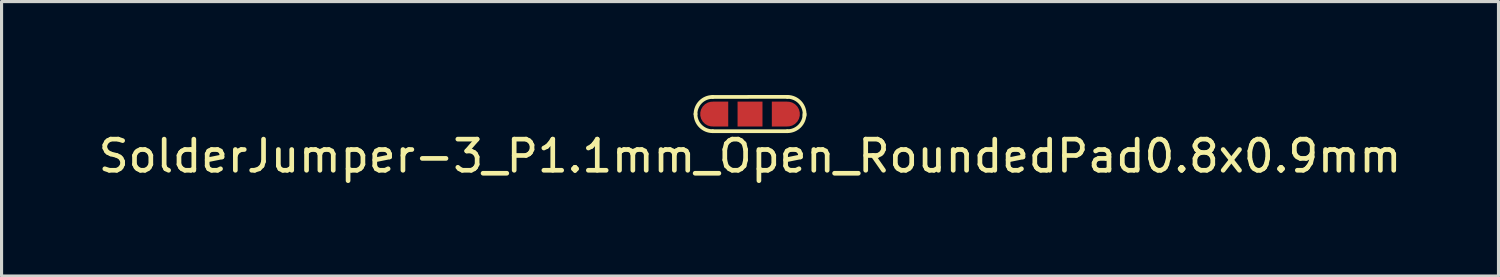
<source format=kicad_pcb>
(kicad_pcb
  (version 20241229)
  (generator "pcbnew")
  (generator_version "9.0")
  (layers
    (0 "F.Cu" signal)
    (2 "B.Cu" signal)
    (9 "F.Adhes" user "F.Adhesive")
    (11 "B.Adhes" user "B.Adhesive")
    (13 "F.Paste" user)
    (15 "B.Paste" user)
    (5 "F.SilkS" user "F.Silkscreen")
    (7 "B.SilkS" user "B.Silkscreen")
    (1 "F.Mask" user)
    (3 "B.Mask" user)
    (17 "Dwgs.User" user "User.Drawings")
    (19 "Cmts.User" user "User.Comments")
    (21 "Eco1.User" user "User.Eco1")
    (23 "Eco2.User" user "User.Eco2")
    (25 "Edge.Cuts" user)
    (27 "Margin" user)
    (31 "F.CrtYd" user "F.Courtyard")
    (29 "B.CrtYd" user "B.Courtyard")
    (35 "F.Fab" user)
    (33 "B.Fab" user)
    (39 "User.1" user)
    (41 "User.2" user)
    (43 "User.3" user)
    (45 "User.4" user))
  (footprint "SolderJumper-3_P1.1mm_Open_RoundedPad0.8x0.9mm"
    (layer "F.Cu")
    (at 21.03 0.612)
    (property "Reference" "SolderJumper-3_P1.1mm_Open_RoundedPad0.8x0.9mm" (at 0 1.35 0) (layer "F.SilkS") (effects (font (size 1 1) (thickness 0.15))))
    (attr through_hole)
    (fp_line (start -1.2 -0.55) (end 1.2 -0.552) (stroke (width 0.12) (type solid)) (layer "F.SilkS"))
    (fp_line (start 1.2 0.55) (end -1.2 0.55) (stroke (width 0.12) (type solid)) (layer "F.SilkS"))
    (fp_arc (start -1.75 0) (mid -1.588909 -0.388909) (end -1.2 -0.55) (stroke (width 0.12) (type solid)) (layer "F.SilkS"))
    (fp_arc (start -1.2 0.55) (mid -1.588909 0.388909) (end -1.75 0) (stroke (width 0.12) (type solid)) (layer "F.SilkS"))
    (fp_arc (start 1.2 -0.552268) (mid 1.607807 -0.372415) (end 1.75 0.05) (stroke (width 0.12) (type solid)) (layer "F.SilkS"))
    (fp_arc (start 1.75 0) (mid 1.588909 0.388909) (end 1.2 0.55) (stroke (width 0.12) (type solid)) (layer "F.SilkS"))
    (pad "1" smd custom (at -1.1 0) (size 0.8 0.3) (layers "F.Cu" "F.Mask") (options (anchor rect)) (primitives (gr_poly (pts (xy -0.1 -0.4) (xy 0.4 -0.4) (xy 0.4 0.4) (xy -0.1 0.4)) (width 0) (fill yes)) (gr_circle (center -0.1 0) (end 0.3 0) (width 0) (fill yes))))
    (pad "2" smd rect (at 0 0) (size 0.8 0.8) (layers "F.Cu" "F.Mask"))
    (pad "3" smd custom (at 1.1 0 180) (size 0.8 0.3) (layers "F.Cu" "F.Mask") (options (anchor rect)) (primitives (gr_poly (pts (xy -0.1 -0.4) (xy 0.4 -0.4) (xy 0.4 0.4) (xy -0.1 0.4)) (width 0) (fill yes)) (gr_circle (center -0.1 0) (end 0.3 0) (width 0) (fill yes)))))
  (gr_rect
    (start -3 -3)
    (end 45.06 5.811)
    (stroke (width 0.1) (type default))
    (fill no)
    (layer "Edge.Cuts")))
</source>
